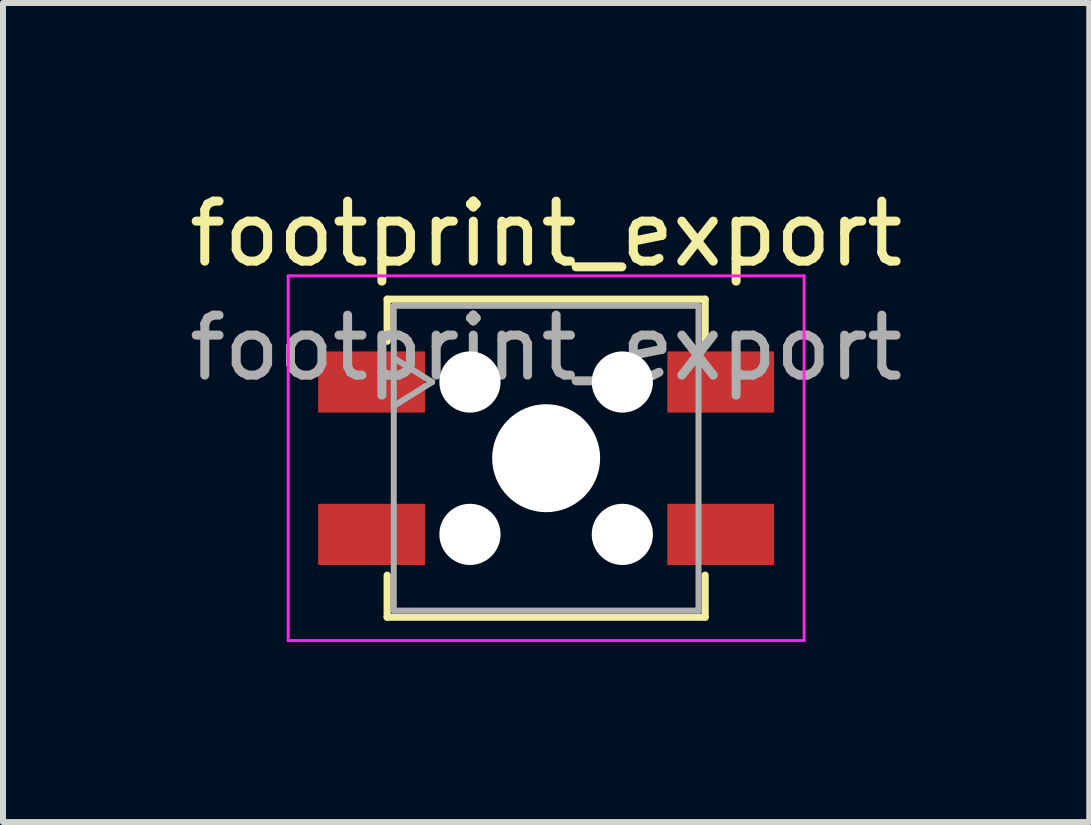
<source format=kicad_pcb>
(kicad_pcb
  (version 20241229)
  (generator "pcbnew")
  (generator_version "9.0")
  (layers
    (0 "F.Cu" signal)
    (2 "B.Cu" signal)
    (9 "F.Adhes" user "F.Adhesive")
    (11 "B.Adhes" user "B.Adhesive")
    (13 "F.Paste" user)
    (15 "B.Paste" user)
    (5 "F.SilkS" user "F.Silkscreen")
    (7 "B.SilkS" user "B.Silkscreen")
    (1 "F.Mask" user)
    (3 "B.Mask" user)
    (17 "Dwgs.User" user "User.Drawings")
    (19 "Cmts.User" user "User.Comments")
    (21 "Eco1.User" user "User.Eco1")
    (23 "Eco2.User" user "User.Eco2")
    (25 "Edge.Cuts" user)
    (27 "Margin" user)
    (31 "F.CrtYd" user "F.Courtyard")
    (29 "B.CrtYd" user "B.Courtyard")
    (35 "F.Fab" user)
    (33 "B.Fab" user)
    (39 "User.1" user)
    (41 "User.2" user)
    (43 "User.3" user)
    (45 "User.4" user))
  (footprint "footprint_export"
    (layer "F.Cu")
    (at 6.054 4.588)
    (property "Reference" "footprint_export" (at 0 -3.74 0) (layer "F.SilkS") (effects (font (size 1 1) (thickness 0.15))))
    (attr smd)
    (fp_line (start -2.65 -2.65) (end 2.65 -2.65) (stroke (width 0.12) (type solid)) (layer "F.SilkS"))
    (fp_line (start -2.65 -1.95) (end -2.65 -2.65) (stroke (width 0.12) (type solid)) (layer "F.SilkS"))
    (fp_line (start -2.65 1.95) (end -2.65 2.65) (stroke (width 0.12) (type solid)) (layer "F.SilkS"))
    (fp_line (start -2.65 2.65) (end 2.65 2.65) (stroke (width 0.12) (type solid)) (layer "F.SilkS"))
    (fp_line (start 2.65 -2.65) (end 2.65 -1.95) (stroke (width 0.12) (type solid)) (layer "F.SilkS"))
    (fp_line (start 2.65 2.65) (end 2.65 1.95) (stroke (width 0.12) (type solid)) (layer "F.SilkS"))
    (fp_line (start -4.3 -3.04) (end 4.3 -3.04) (stroke (width 0.05) (type solid)) (layer "F.CrtYd"))
    (fp_line (start -4.3 3.04) (end -4.3 -3.04) (stroke (width 0.05) (type solid)) (layer "F.CrtYd"))
    (fp_line (start 4.3 -3.04) (end 4.3 3.04) (stroke (width 0.05) (type solid)) (layer "F.CrtYd"))
    (fp_line (start 4.3 3.04) (end -4.3 3.04) (stroke (width 0.05) (type solid)) (layer "F.CrtYd"))
    (fp_line (start -2.54 -2.54) (end 2.54 -2.54) (stroke (width 0.1) (type solid)) (layer "F.Fab"))
    (fp_line (start -2.54 -1.67) (end -1.9 -1.27) (stroke (width 0.1) (type solid)) (layer "F.Fab"))
    (fp_line (start -2.54 2.54) (end -2.54 -2.54) (stroke (width 0.1) (type solid)) (layer "F.Fab"))
    (fp_line (start -1.9 -1.27) (end -2.54 -0.87) (stroke (width 0.1) (type solid)) (layer "F.Fab"))
    (fp_line (start 2.54 -2.54) (end 2.54 2.54) (stroke (width 0.1) (type solid)) (layer "F.Fab"))
    (fp_line (start 2.54 2.54) (end -2.54 2.54) (stroke (width 0.1) (type solid)) (layer "F.Fab"))
    (fp_text user "${REFERENCE}" (at 0 -1.84 0) (layer "F.Fab") (effects (font (size 1 1) (thickness 0.15))))
    (pad "" np_thru_hole circle (at -1.27 -1.27) (size 1.02 1.02) (drill 1.02) (layers "*.Cu" "*.Mask"))
    (pad "" np_thru_hole circle (at -1.27 1.27) (size 1.02 1.02) (drill 1.02) (layers "*.Cu" "*.Mask"))
    (pad "" np_thru_hole circle (at 0 0) (size 1.8 1.8) (drill 1.8) (layers "*.Cu" "*.Mask"))
    (pad "" np_thru_hole circle (at 1.27 -1.27) (size 1.02 1.02) (drill 1.02) (layers "*.Cu" "*.Mask"))
    (pad "" np_thru_hole circle (at 1.27 1.27) (size 1.02 1.02) (drill 1.02) (layers "*.Cu" "*.Mask"))
    (pad "1" smd rect (at -2.91 -1.27) (size 1.78 1.02) (layers "F.Cu" "F.Mask" "F.Paste"))
    (pad "2" smd rect (at -2.91 1.27) (size 1.78 1.02) (layers "F.Cu" "F.Mask" "F.Paste"))
    (pad "3" smd rect (at 2.91 -1.27) (size 1.78 1.02) (layers "F.Cu" "F.Mask" "F.Paste"))
    (pad "4" smd rect (at 2.91 1.27) (size 1.78 1.02) (layers "F.Cu" "F.Mask" "F.Paste")))
  (gr_rect
    (start -3 -3)
    (end 15.107 10.653)
    (stroke (width 0.1) (type default))
    (fill no)
    (layer "Edge.Cuts")))
</source>
